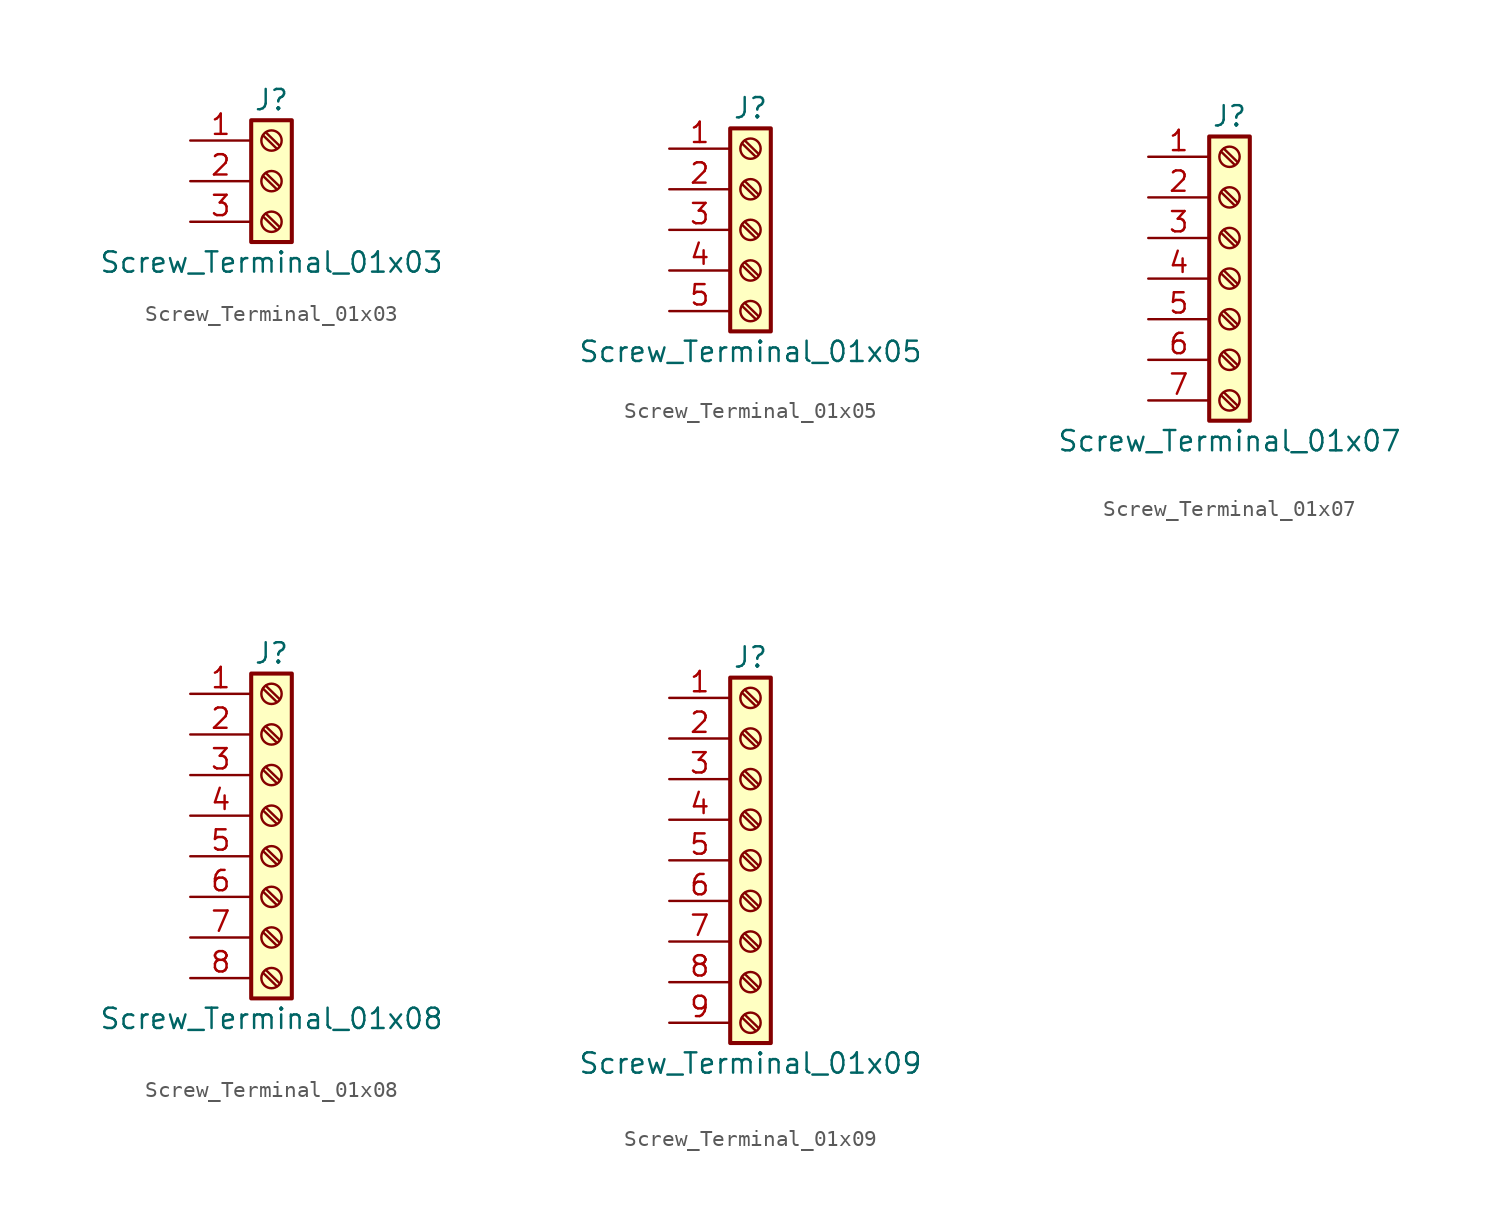
<source format=kicad_sym>
(kicad_symbol_lib
  (version 20220914)
  (generator kicad_symbol_editor)
  (symbol "Screw_Terminal_01x03"
    (pin_names
      (offset 1.016) hide)
    (property "Reference" "J"
      (at 0 5.08 0)
      (effects (font (size 1.27 1.27))))
    (property "Value" "Screw_Terminal_01x03"
      (at 0 -5.08 0)
      (effects (font (size 1.27 1.27))))
    (symbol "Screw_Terminal_01x03_1_1"
      (rectangle (start -1.27 3.81) (end 1.27 -3.81) (stroke (width 0.254) (type default)) (fill (type background)))
      (circle (center 0 -2.54) (radius 0.635) (stroke (width 0.152) (type default)) (fill (type none)))
      (polyline (pts (xy -0.533 -2.21) (xy 0.33 -3.048)) (stroke (width 0.152) (type default)) (fill (type none)))
      (polyline (pts (xy -0.533 0.33) (xy 0.33 -0.508)) (stroke (width 0.152) (type default)) (fill (type none)))
      (polyline (pts (xy -0.533 2.87) (xy 0.33 2.032)) (stroke (width 0.152) (type default)) (fill (type none)))
      (polyline (pts (xy -0.356 -2.032) (xy 0.508 -2.87)) (stroke (width 0.152) (type default)) (fill (type none)))
      (polyline (pts (xy -0.356 0.508) (xy 0.508 -0.33)) (stroke (width 0.152) (type default)) (fill (type none)))
      (polyline (pts (xy -0.356 3.048) (xy 0.508 2.21)) (stroke (width 0.152) (type default)) (fill (type none)))
      (circle (center 0 0) (radius 0.635) (stroke (width 0.152) (type default)) (fill (type none)))
      (circle (center 0 2.54) (radius 0.635) (stroke (width 0.152) (type default)) (fill (type none)))
      (pin passive line (at -5.08 2.54 0) (length 3.81) (name "Pin_1" (effects (font (size 1.27 1.27)))) (number "1" (effects (font (size 1.27 1.27)))))
      (pin passive line (at -5.08 0 0) (length 3.81) (name "Pin_2" (effects (font (size 1.27 1.27)))) (number "2" (effects (font (size 1.27 1.27)))))
      (pin passive line (at -5.08 -2.54 0) (length 3.81) (name "Pin_3" (effects (font (size 1.27 1.27)))) (number "3" (effects (font (size 1.27 1.27)))))))
  (symbol "Screw_Terminal_01x05"
    (pin_names
      (offset 1.016) hide)
    (property "Reference" "J"
      (at 0 7.62 0)
      (effects (font (size 1.27 1.27))))
    (property "Value" "Screw_Terminal_01x05"
      (at 0 -7.62 0)
      (effects (font (size 1.27 1.27))))
    (symbol "Screw_Terminal_01x05_1_1"
      (rectangle (start -1.27 6.35) (end 1.27 -6.35) (stroke (width 0.254) (type default)) (fill (type background)))
      (circle (center 0 -5.08) (radius 0.635) (stroke (width 0.152) (type default)) (fill (type none)))
      (circle (center 0 -2.54) (radius 0.635) (stroke (width 0.152) (type default)) (fill (type none)))
      (polyline (pts (xy -0.533 -4.75) (xy 0.33 -5.588)) (stroke (width 0.152) (type default)) (fill (type none)))
      (polyline (pts (xy -0.533 -2.21) (xy 0.33 -3.048)) (stroke (width 0.152) (type default)) (fill (type none)))
      (polyline (pts (xy -0.533 0.33) (xy 0.33 -0.508)) (stroke (width 0.152) (type default)) (fill (type none)))
      (polyline (pts (xy -0.533 2.87) (xy 0.33 2.032)) (stroke (width 0.152) (type default)) (fill (type none)))
      (polyline (pts (xy -0.533 5.41) (xy 0.33 4.572)) (stroke (width 0.152) (type default)) (fill (type none)))
      (polyline (pts (xy -0.356 -4.572) (xy 0.508 -5.41)) (stroke (width 0.152) (type default)) (fill (type none)))
      (polyline (pts (xy -0.356 -2.032) (xy 0.508 -2.87)) (stroke (width 0.152) (type default)) (fill (type none)))
      (polyline (pts (xy -0.356 0.508) (xy 0.508 -0.33)) (stroke (width 0.152) (type default)) (fill (type none)))
      (polyline (pts (xy -0.356 3.048) (xy 0.508 2.21)) (stroke (width 0.152) (type default)) (fill (type none)))
      (polyline (pts (xy -0.356 5.588) (xy 0.508 4.75)) (stroke (width 0.152) (type default)) (fill (type none)))
      (circle (center 0 0) (radius 0.635) (stroke (width 0.152) (type default)) (fill (type none)))
      (circle (center 0 2.54) (radius 0.635) (stroke (width 0.152) (type default)) (fill (type none)))
      (circle (center 0 5.08) (radius 0.635) (stroke (width 0.152) (type default)) (fill (type none)))
      (pin passive line (at -5.08 5.08 0) (length 3.81) (name "Pin_1" (effects (font (size 1.27 1.27)))) (number "1" (effects (font (size 1.27 1.27)))))
      (pin passive line (at -5.08 2.54 0) (length 3.81) (name "Pin_2" (effects (font (size 1.27 1.27)))) (number "2" (effects (font (size 1.27 1.27)))))
      (pin passive line (at -5.08 0 0) (length 3.81) (name "Pin_3" (effects (font (size 1.27 1.27)))) (number "3" (effects (font (size 1.27 1.27)))))
      (pin passive line (at -5.08 -2.54 0) (length 3.81) (name "Pin_4" (effects (font (size 1.27 1.27)))) (number "4" (effects (font (size 1.27 1.27)))))
      (pin passive line (at -5.08 -5.08 0) (length 3.81) (name "Pin_5" (effects (font (size 1.27 1.27)))) (number "5" (effects (font (size 1.27 1.27)))))))
  (symbol "Screw_Terminal_01x07"
    (pin_names
      (offset 1.016) hide)
    (property "Reference" "J"
      (at 0 10.16 0)
      (effects (font (size 1.27 1.27))))
    (property "Value" "Screw_Terminal_01x07"
      (at 0 -10.16 0)
      (effects (font (size 1.27 1.27))))
    (symbol "Screw_Terminal_01x07_1_1"
      (rectangle (start -1.27 8.89) (end 1.27 -8.89) (stroke (width 0.254) (type default)) (fill (type background)))
      (circle (center 0 -7.62) (radius 0.635) (stroke (width 0.152) (type default)) (fill (type none)))
      (circle (center 0 -5.08) (radius 0.635) (stroke (width 0.152) (type default)) (fill (type none)))
      (circle (center 0 -2.54) (radius 0.635) (stroke (width 0.152) (type default)) (fill (type none)))
      (polyline (pts (xy -0.533 -7.29) (xy 0.33 -8.128)) (stroke (width 0.152) (type default)) (fill (type none)))
      (polyline (pts (xy -0.533 -4.75) (xy 0.33 -5.588)) (stroke (width 0.152) (type default)) (fill (type none)))
      (polyline (pts (xy -0.533 -2.21) (xy 0.33 -3.048)) (stroke (width 0.152) (type default)) (fill (type none)))
      (polyline (pts (xy -0.533 0.33) (xy 0.33 -0.508)) (stroke (width 0.152) (type default)) (fill (type none)))
      (polyline (pts (xy -0.533 2.87) (xy 0.33 2.032)) (stroke (width 0.152) (type default)) (fill (type none)))
      (polyline (pts (xy -0.533 5.41) (xy 0.33 4.572)) (stroke (width 0.152) (type default)) (fill (type none)))
      (polyline (pts (xy -0.533 7.95) (xy 0.33 7.112)) (stroke (width 0.152) (type default)) (fill (type none)))
      (polyline (pts (xy -0.356 -7.112) (xy 0.508 -7.95)) (stroke (width 0.152) (type default)) (fill (type none)))
      (polyline (pts (xy -0.356 -4.572) (xy 0.508 -5.41)) (stroke (width 0.152) (type default)) (fill (type none)))
      (polyline (pts (xy -0.356 -2.032) (xy 0.508 -2.87)) (stroke (width 0.152) (type default)) (fill (type none)))
      (polyline (pts (xy -0.356 0.508) (xy 0.508 -0.33)) (stroke (width 0.152) (type default)) (fill (type none)))
      (polyline (pts (xy -0.356 3.048) (xy 0.508 2.21)) (stroke (width 0.152) (type default)) (fill (type none)))
      (polyline (pts (xy -0.356 5.588) (xy 0.508 4.75)) (stroke (width 0.152) (type default)) (fill (type none)))
      (polyline (pts (xy -0.356 8.128) (xy 0.508 7.29)) (stroke (width 0.152) (type default)) (fill (type none)))
      (circle (center 0 0) (radius 0.635) (stroke (width 0.152) (type default)) (fill (type none)))
      (circle (center 0 2.54) (radius 0.635) (stroke (width 0.152) (type default)) (fill (type none)))
      (circle (center 0 5.08) (radius 0.635) (stroke (width 0.152) (type default)) (fill (type none)))
      (circle (center 0 7.62) (radius 0.635) (stroke (width 0.152) (type default)) (fill (type none)))
      (pin passive line (at -5.08 7.62 0) (length 3.81) (name "Pin_1" (effects (font (size 1.27 1.27)))) (number "1" (effects (font (size 1.27 1.27)))))
      (pin passive line (at -5.08 5.08 0) (length 3.81) (name "Pin_2" (effects (font (size 1.27 1.27)))) (number "2" (effects (font (size 1.27 1.27)))))
      (pin passive line (at -5.08 2.54 0) (length 3.81) (name "Pin_3" (effects (font (size 1.27 1.27)))) (number "3" (effects (font (size 1.27 1.27)))))
      (pin passive line (at -5.08 0 0) (length 3.81) (name "Pin_4" (effects (font (size 1.27 1.27)))) (number "4" (effects (font (size 1.27 1.27)))))
      (pin passive line (at -5.08 -2.54 0) (length 3.81) (name "Pin_5" (effects (font (size 1.27 1.27)))) (number "5" (effects (font (size 1.27 1.27)))))
      (pin passive line (at -5.08 -5.08 0) (length 3.81) (name "Pin_6" (effects (font (size 1.27 1.27)))) (number "6" (effects (font (size 1.27 1.27)))))
      (pin passive line (at -5.08 -7.62 0) (length 3.81) (name "Pin_7" (effects (font (size 1.27 1.27)))) (number "7" (effects (font (size 1.27 1.27)))))))
  (symbol "Screw_Terminal_01x08"
    (pin_names
      (offset 1.016) hide)
    (property "Reference" "J"
      (at 0 10.16 0)
      (effects (font (size 1.27 1.27))))
    (property "Value" "Screw_Terminal_01x08"
      (at 0 -12.7 0)
      (effects (font (size 1.27 1.27))))
    (symbol "Screw_Terminal_01x08_1_1"
      (rectangle (start -1.27 8.89) (end 1.27 -11.43) (stroke (width 0.254) (type default)) (fill (type background)))
      (circle (center 0 -10.16) (radius 0.635) (stroke (width 0.152) (type default)) (fill (type none)))
      (circle (center 0 -7.62) (radius 0.635) (stroke (width 0.152) (type default)) (fill (type none)))
      (circle (center 0 -5.08) (radius 0.635) (stroke (width 0.152) (type default)) (fill (type none)))
      (circle (center 0 -2.54) (radius 0.635) (stroke (width 0.152) (type default)) (fill (type none)))
      (polyline (pts (xy -0.533 -9.83) (xy 0.33 -10.668)) (stroke (width 0.152) (type default)) (fill (type none)))
      (polyline (pts (xy -0.533 -7.29) (xy 0.33 -8.128)) (stroke (width 0.152) (type default)) (fill (type none)))
      (polyline (pts (xy -0.533 -4.75) (xy 0.33 -5.588)) (stroke (width 0.152) (type default)) (fill (type none)))
      (polyline (pts (xy -0.533 -2.21) (xy 0.33 -3.048)) (stroke (width 0.152) (type default)) (fill (type none)))
      (polyline (pts (xy -0.533 0.33) (xy 0.33 -0.508)) (stroke (width 0.152) (type default)) (fill (type none)))
      (polyline (pts (xy -0.533 2.87) (xy 0.33 2.032)) (stroke (width 0.152) (type default)) (fill (type none)))
      (polyline (pts (xy -0.533 5.41) (xy 0.33 4.572)) (stroke (width 0.152) (type default)) (fill (type none)))
      (polyline (pts (xy -0.533 7.95) (xy 0.33 7.112)) (stroke (width 0.152) (type default)) (fill (type none)))
      (polyline (pts (xy -0.356 -9.652) (xy 0.508 -10.49)) (stroke (width 0.152) (type default)) (fill (type none)))
      (polyline (pts (xy -0.356 -7.112) (xy 0.508 -7.95)) (stroke (width 0.152) (type default)) (fill (type none)))
      (polyline (pts (xy -0.356 -4.572) (xy 0.508 -5.41)) (stroke (width 0.152) (type default)) (fill (type none)))
      (polyline (pts (xy -0.356 -2.032) (xy 0.508 -2.87)) (stroke (width 0.152) (type default)) (fill (type none)))
      (polyline (pts (xy -0.356 0.508) (xy 0.508 -0.33)) (stroke (width 0.152) (type default)) (fill (type none)))
      (polyline (pts (xy -0.356 3.048) (xy 0.508 2.21)) (stroke (width 0.152) (type default)) (fill (type none)))
      (polyline (pts (xy -0.356 5.588) (xy 0.508 4.75)) (stroke (width 0.152) (type default)) (fill (type none)))
      (polyline (pts (xy -0.356 8.128) (xy 0.508 7.29)) (stroke (width 0.152) (type default)) (fill (type none)))
      (circle (center 0 0) (radius 0.635) (stroke (width 0.152) (type default)) (fill (type none)))
      (circle (center 0 2.54) (radius 0.635) (stroke (width 0.152) (type default)) (fill (type none)))
      (circle (center 0 5.08) (radius 0.635) (stroke (width 0.152) (type default)) (fill (type none)))
      (circle (center 0 7.62) (radius 0.635) (stroke (width 0.152) (type default)) (fill (type none)))
      (pin passive line (at -5.08 7.62 0) (length 3.81) (name "Pin_1" (effects (font (size 1.27 1.27)))) (number "1" (effects (font (size 1.27 1.27)))))
      (pin passive line (at -5.08 5.08 0) (length 3.81) (name "Pin_2" (effects (font (size 1.27 1.27)))) (number "2" (effects (font (size 1.27 1.27)))))
      (pin passive line (at -5.08 2.54 0) (length 3.81) (name "Pin_3" (effects (font (size 1.27 1.27)))) (number "3" (effects (font (size 1.27 1.27)))))
      (pin passive line (at -5.08 0 0) (length 3.81) (name "Pin_4" (effects (font (size 1.27 1.27)))) (number "4" (effects (font (size 1.27 1.27)))))
      (pin passive line (at -5.08 -2.54 0) (length 3.81) (name "Pin_5" (effects (font (size 1.27 1.27)))) (number "5" (effects (font (size 1.27 1.27)))))
      (pin passive line (at -5.08 -5.08 0) (length 3.81) (name "Pin_6" (effects (font (size 1.27 1.27)))) (number "6" (effects (font (size 1.27 1.27)))))
      (pin passive line (at -5.08 -7.62 0) (length 3.81) (name "Pin_7" (effects (font (size 1.27 1.27)))) (number "7" (effects (font (size 1.27 1.27)))))
      (pin passive line (at -5.08 -10.16 0) (length 3.81) (name "Pin_8" (effects (font (size 1.27 1.27)))) (number "8" (effects (font (size 1.27 1.27)))))))
  (symbol "Screw_Terminal_01x09"
    (pin_names
      (offset 1.016) hide)
    (property "Reference" "J"
      (at 0 12.7 0)
      (effects (font (size 1.27 1.27))))
    (property "Value" "Screw_Terminal_01x09"
      (at 0 -12.7 0)
      (effects (font (size 1.27 1.27))))
    (symbol "Screw_Terminal_01x09_1_1"
      (rectangle (start -1.27 11.43) (end 1.27 -11.43) (stroke (width 0.254) (type default)) (fill (type background)))
      (circle (center 0 -10.16) (radius 0.635) (stroke (width 0.152) (type default)) (fill (type none)))
      (circle (center 0 -7.62) (radius 0.635) (stroke (width 0.152) (type default)) (fill (type none)))
      (circle (center 0 -5.08) (radius 0.635) (stroke (width 0.152) (type default)) (fill (type none)))
      (circle (center 0 -2.54) (radius 0.635) (stroke (width 0.152) (type default)) (fill (type none)))
      (polyline (pts (xy -0.533 -9.83) (xy 0.33 -10.668)) (stroke (width 0.152) (type default)) (fill (type none)))
      (polyline (pts (xy -0.533 -7.29) (xy 0.33 -8.128)) (stroke (width 0.152) (type default)) (fill (type none)))
      (polyline (pts (xy -0.533 -4.75) (xy 0.33 -5.588)) (stroke (width 0.152) (type default)) (fill (type none)))
      (polyline (pts (xy -0.533 -2.21) (xy 0.33 -3.048)) (stroke (width 0.152) (type default)) (fill (type none)))
      (polyline (pts (xy -0.533 0.33) (xy 0.33 -0.508)) (stroke (width 0.152) (type default)) (fill (type none)))
      (polyline (pts (xy -0.533 2.87) (xy 0.33 2.032)) (stroke (width 0.152) (type default)) (fill (type none)))
      (polyline (pts (xy -0.533 5.41) (xy 0.33 4.572)) (stroke (width 0.152) (type default)) (fill (type none)))
      (polyline (pts (xy -0.533 7.95) (xy 0.33 7.112)) (stroke (width 0.152) (type default)) (fill (type none)))
      (polyline (pts (xy -0.533 10.49) (xy 0.33 9.652)) (stroke (width 0.152) (type default)) (fill (type none)))
      (polyline (pts (xy -0.356 -9.652) (xy 0.508 -10.49)) (stroke (width 0.152) (type default)) (fill (type none)))
      (polyline (pts (xy -0.356 -7.112) (xy 0.508 -7.95)) (stroke (width 0.152) (type default)) (fill (type none)))
      (polyline (pts (xy -0.356 -4.572) (xy 0.508 -5.41)) (stroke (width 0.152) (type default)) (fill (type none)))
      (polyline (pts (xy -0.356 -2.032) (xy 0.508 -2.87)) (stroke (width 0.152) (type default)) (fill (type none)))
      (polyline (pts (xy -0.356 0.508) (xy 0.508 -0.33)) (stroke (width 0.152) (type default)) (fill (type none)))
      (polyline (pts (xy -0.356 3.048) (xy 0.508 2.21)) (stroke (width 0.152) (type default)) (fill (type none)))
      (polyline (pts (xy -0.356 5.588) (xy 0.508 4.75)) (stroke (width 0.152) (type default)) (fill (type none)))
      (polyline (pts (xy -0.356 8.128) (xy 0.508 7.29)) (stroke (width 0.152) (type default)) (fill (type none)))
      (polyline (pts (xy -0.356 10.668) (xy 0.508 9.83)) (stroke (width 0.152) (type default)) (fill (type none)))
      (circle (center 0 0) (radius 0.635) (stroke (width 0.152) (type default)) (fill (type none)))
      (circle (center 0 2.54) (radius 0.635) (stroke (width 0.152) (type default)) (fill (type none)))
      (circle (center 0 5.08) (radius 0.635) (stroke (width 0.152) (type default)) (fill (type none)))
      (circle (center 0 7.62) (radius 0.635) (stroke (width 0.152) (type default)) (fill (type none)))
      (circle (center 0 10.16) (radius 0.635) (stroke (width 0.152) (type default)) (fill (type none)))
      (pin passive line (at -5.08 10.16 0) (length 3.81) (name "Pin_1" (effects (font (size 1.27 1.27)))) (number "1" (effects (font (size 1.27 1.27)))))
      (pin passive line (at -5.08 7.62 0) (length 3.81) (name "Pin_2" (effects (font (size 1.27 1.27)))) (number "2" (effects (font (size 1.27 1.27)))))
      (pin passive line (at -5.08 5.08 0) (length 3.81) (name "Pin_3" (effects (font (size 1.27 1.27)))) (number "3" (effects (font (size 1.27 1.27)))))
      (pin passive line (at -5.08 2.54 0) (length 3.81) (name "Pin_4" (effects (font (size 1.27 1.27)))) (number "4" (effects (font (size 1.27 1.27)))))
      (pin passive line (at -5.08 0 0) (length 3.81) (name "Pin_5" (effects (font (size 1.27 1.27)))) (number "5" (effects (font (size 1.27 1.27)))))
      (pin passive line (at -5.08 -2.54 0) (length 3.81) (name "Pin_6" (effects (font (size 1.27 1.27)))) (number "6" (effects (font (size 1.27 1.27)))))
      (pin passive line (at -5.08 -5.08 0) (length 3.81) (name "Pin_7" (effects (font (size 1.27 1.27)))) (number "7" (effects (font (size 1.27 1.27)))))
      (pin passive line (at -5.08 -7.62 0) (length 3.81) (name "Pin_8" (effects (font (size 1.27 1.27)))) (number "8" (effects (font (size 1.27 1.27)))))
      (pin passive line (at -5.08 -10.16 0) (length 3.81) (name "Pin_9" (effects (font (size 1.27 1.27)))) (number "9" (effects (font (size 1.27 1.27))))))))
</source>
